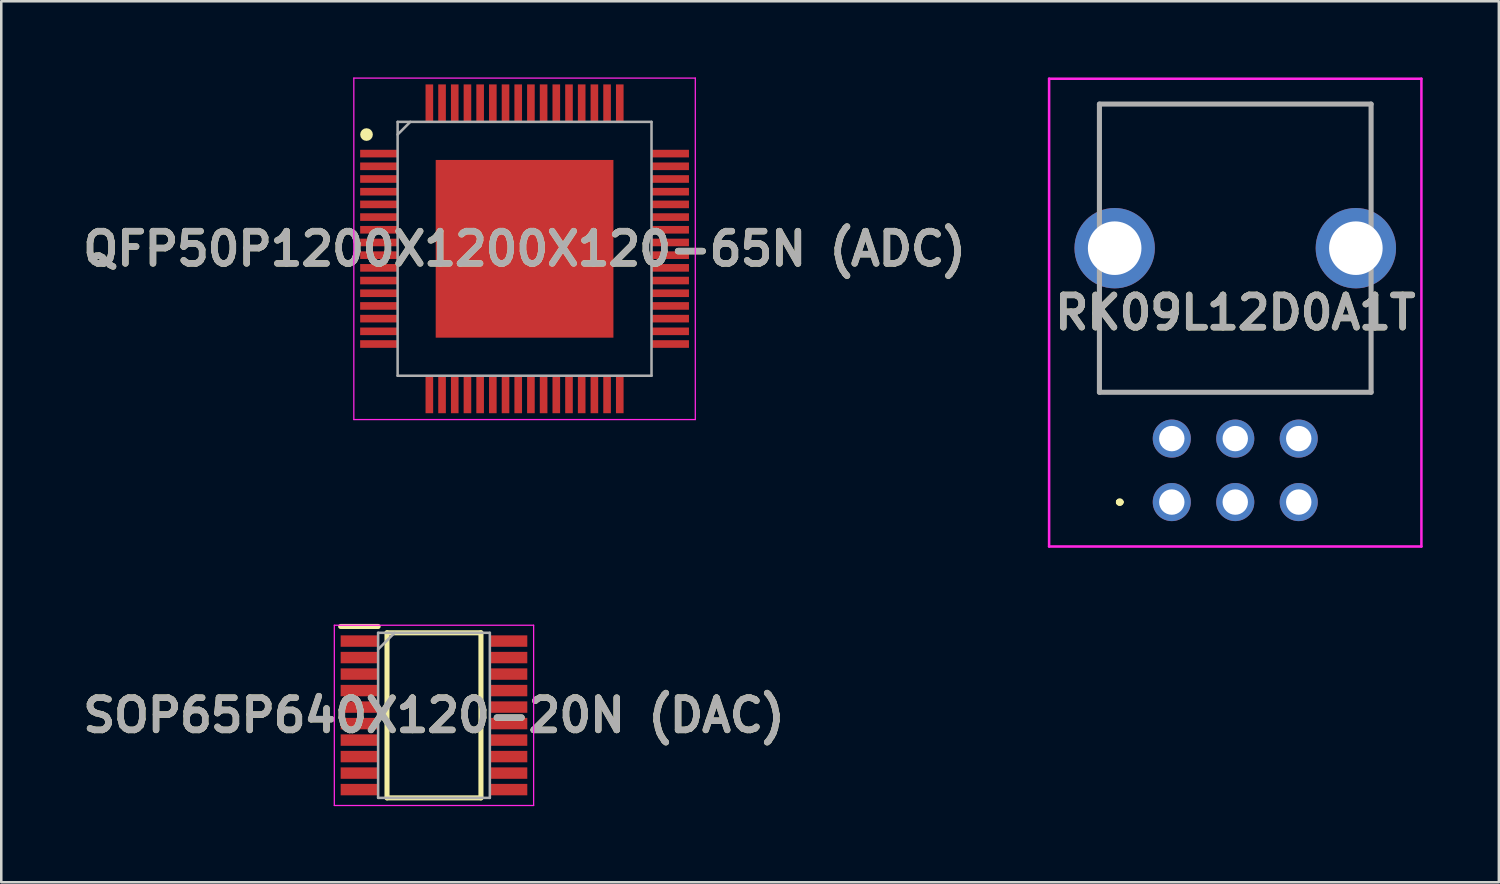
<source format=kicad_pcb>
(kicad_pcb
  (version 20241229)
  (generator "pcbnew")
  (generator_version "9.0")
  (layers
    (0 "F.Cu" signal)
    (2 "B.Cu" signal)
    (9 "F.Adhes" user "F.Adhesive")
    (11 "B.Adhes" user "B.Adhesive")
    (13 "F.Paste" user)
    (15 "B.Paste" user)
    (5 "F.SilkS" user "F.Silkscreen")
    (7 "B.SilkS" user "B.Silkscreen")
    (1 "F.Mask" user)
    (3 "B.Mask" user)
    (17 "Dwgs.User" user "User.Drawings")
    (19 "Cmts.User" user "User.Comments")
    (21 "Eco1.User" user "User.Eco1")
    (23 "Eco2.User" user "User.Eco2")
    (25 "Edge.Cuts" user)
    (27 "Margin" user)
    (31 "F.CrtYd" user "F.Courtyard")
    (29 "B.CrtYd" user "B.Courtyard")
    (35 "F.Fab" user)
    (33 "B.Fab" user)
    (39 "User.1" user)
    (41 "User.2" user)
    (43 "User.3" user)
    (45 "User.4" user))
  (footprint "QFP50P1200X1200X120-65N (ADC)"
    (layer "F.Cu")
    (at 17.611 6.75)
    (property "Reference" "QFP50P1200X1200X120-65N (ADC)" (at 0 0 0) (layer "F.SilkS") (effects (font (size 1.27 1.27) (thickness 0.254))))
    (attr smd)
    (fp_circle (center -6.225 -4.5) (end -6.225 -4.375) (stroke (width 0.25) (type solid)) (fill no) (layer "F.SilkS"))
    (fp_line (start -6.725 -6.725) (end 6.725 -6.725) (stroke (width 0.05) (type solid)) (layer "F.CrtYd"))
    (fp_line (start -6.725 6.725) (end -6.725 -6.725) (stroke (width 0.05) (type solid)) (layer "F.CrtYd"))
    (fp_line (start 6.725 -6.725) (end 6.725 6.725) (stroke (width 0.05) (type solid)) (layer "F.CrtYd"))
    (fp_line (start 6.725 6.725) (end -6.725 6.725) (stroke (width 0.05) (type solid)) (layer "F.CrtYd"))
    (fp_line (start -5 -5) (end 5 -5) (stroke (width 0.1) (type solid)) (layer "F.Fab"))
    (fp_line (start -5 -4.5) (end -4.5 -5) (stroke (width 0.1) (type solid)) (layer "F.Fab"))
    (fp_line (start -5 5) (end -5 -5) (stroke (width 0.1) (type solid)) (layer "F.Fab"))
    (fp_line (start 5 -5) (end 5 5) (stroke (width 0.1) (type solid)) (layer "F.Fab"))
    (fp_line (start 5 5) (end -5 5) (stroke (width 0.1) (type solid)) (layer "F.Fab"))
    (fp_text user "${REFERENCE}" (at 0 0 0) (layer "F.Fab") (effects (font (size 1.27 1.27) (thickness 0.254))))
    (pad "1" smd rect (at -5.738 -3.75 90) (size 0.3 1.475) (layers "F.Cu" "F.Mask" "F.Paste"))
    (pad "2" smd rect (at -5.738 -3.25 90) (size 0.3 1.475) (layers "F.Cu" "F.Mask" "F.Paste"))
    (pad "3" smd rect (at -5.738 -2.75 90) (size 0.3 1.475) (layers "F.Cu" "F.Mask" "F.Paste"))
    (pad "4" smd rect (at -5.738 -2.25 90) (size 0.3 1.475) (layers "F.Cu" "F.Mask" "F.Paste"))
    (pad "5" smd rect (at -5.738 -1.75 90) (size 0.3 1.475) (layers "F.Cu" "F.Mask" "F.Paste"))
    (pad "6" smd rect (at -5.738 -1.25 90) (size 0.3 1.475) (layers "F.Cu" "F.Mask" "F.Paste"))
    (pad "7" smd rect (at -5.738 -0.75 90) (size 0.3 1.475) (layers "F.Cu" "F.Mask" "F.Paste"))
    (pad "8" smd rect (at -5.738 -0.25 90) (size 0.3 1.475) (layers "F.Cu" "F.Mask" "F.Paste"))
    (pad "9" smd rect (at -5.738 0.25 90) (size 0.3 1.475) (layers "F.Cu" "F.Mask" "F.Paste"))
    (pad "10" smd rect (at -5.738 0.75 90) (size 0.3 1.475) (layers "F.Cu" "F.Mask" "F.Paste"))
    (pad "11" smd rect (at -5.738 1.25 90) (size 0.3 1.475) (layers "F.Cu" "F.Mask" "F.Paste"))
    (pad "12" smd rect (at -5.738 1.75 90) (size 0.3 1.475) (layers "F.Cu" "F.Mask" "F.Paste"))
    (pad "13" smd rect (at -5.738 2.25 90) (size 0.3 1.475) (layers "F.Cu" "F.Mask" "F.Paste"))
    (pad "14" smd rect (at -5.738 2.75 90) (size 0.3 1.475) (layers "F.Cu" "F.Mask" "F.Paste"))
    (pad "15" smd rect (at -5.738 3.25 90) (size 0.3 1.475) (layers "F.Cu" "F.Mask" "F.Paste"))
    (pad "16" smd rect (at -5.738 3.75 90) (size 0.3 1.475) (layers "F.Cu" "F.Mask" "F.Paste"))
    (pad "17" smd rect (at -3.75 5.738) (size 0.3 1.475) (layers "F.Cu" "F.Mask" "F.Paste"))
    (pad "18" smd rect (at -3.25 5.738) (size 0.3 1.475) (layers "F.Cu" "F.Mask" "F.Paste"))
    (pad "19" smd rect (at -2.75 5.738) (size 0.3 1.475) (layers "F.Cu" "F.Mask" "F.Paste"))
    (pad "20" smd rect (at -2.25 5.738) (size 0.3 1.475) (layers "F.Cu" "F.Mask" "F.Paste"))
    (pad "21" smd rect (at -1.75 5.738) (size 0.3 1.475) (layers "F.Cu" "F.Mask" "F.Paste"))
    (pad "22" smd rect (at -1.25 5.738) (size 0.3 1.475) (layers "F.Cu" "F.Mask" "F.Paste"))
    (pad "23" smd rect (at -0.75 5.738) (size 0.3 1.475) (layers "F.Cu" "F.Mask" "F.Paste"))
    (pad "24" smd rect (at -0.25 5.738) (size 0.3 1.475) (layers "F.Cu" "F.Mask" "F.Paste"))
    (pad "25" smd rect (at 0.25 5.738) (size 0.3 1.475) (layers "F.Cu" "F.Mask" "F.Paste"))
    (pad "26" smd rect (at 0.75 5.738) (size 0.3 1.475) (layers "F.Cu" "F.Mask" "F.Paste"))
    (pad "27" smd rect (at 1.25 5.738) (size 0.3 1.475) (layers "F.Cu" "F.Mask" "F.Paste"))
    (pad "28" smd rect (at 1.75 5.738) (size 0.3 1.475) (layers "F.Cu" "F.Mask" "F.Paste"))
    (pad "29" smd rect (at 2.25 5.738) (size 0.3 1.475) (layers "F.Cu" "F.Mask" "F.Paste"))
    (pad "30" smd rect (at 2.75 5.738) (size 0.3 1.475) (layers "F.Cu" "F.Mask" "F.Paste"))
    (pad "31" smd rect (at 3.25 5.738) (size 0.3 1.475) (layers "F.Cu" "F.Mask" "F.Paste"))
    (pad "32" smd rect (at 3.75 5.738) (size 0.3 1.475) (layers "F.Cu" "F.Mask" "F.Paste"))
    (pad "33" smd rect (at 5.738 3.75 90) (size 0.3 1.475) (layers "F.Cu" "F.Mask" "F.Paste"))
    (pad "34" smd rect (at 5.738 3.25 90) (size 0.3 1.475) (layers "F.Cu" "F.Mask" "F.Paste"))
    (pad "35" smd rect (at 5.738 2.75 90) (size 0.3 1.475) (layers "F.Cu" "F.Mask" "F.Paste"))
    (pad "36" smd rect (at 5.738 2.25 90) (size 0.3 1.475) (layers "F.Cu" "F.Mask" "F.Paste"))
    (pad "37" smd rect (at 5.738 1.75 90) (size 0.3 1.475) (layers "F.Cu" "F.Mask" "F.Paste"))
    (pad "38" smd rect (at 5.738 1.25 90) (size 0.3 1.475) (layers "F.Cu" "F.Mask" "F.Paste"))
    (pad "39" smd rect (at 5.738 0.75 90) (size 0.3 1.475) (layers "F.Cu" "F.Mask" "F.Paste"))
    (pad "40" smd rect (at 5.738 0.25 90) (size 0.3 1.475) (layers "F.Cu" "F.Mask" "F.Paste"))
    (pad "41" smd rect (at 5.738 -0.25 90) (size 0.3 1.475) (layers "F.Cu" "F.Mask" "F.Paste"))
    (pad "42" smd rect (at 5.738 -0.75 90) (size 0.3 1.475) (layers "F.Cu" "F.Mask" "F.Paste"))
    (pad "43" smd rect (at 5.738 -1.25 90) (size 0.3 1.475) (layers "F.Cu" "F.Mask" "F.Paste"))
    (pad "44" smd rect (at 5.738 -1.75 90) (size 0.3 1.475) (layers "F.Cu" "F.Mask" "F.Paste"))
    (pad "45" smd rect (at 5.738 -2.25 90) (size 0.3 1.475) (layers "F.Cu" "F.Mask" "F.Paste"))
    (pad "46" smd rect (at 5.738 -2.75 90) (size 0.3 1.475) (layers "F.Cu" "F.Mask" "F.Paste"))
    (pad "47" smd rect (at 5.738 -3.25 90) (size 0.3 1.475) (layers "F.Cu" "F.Mask" "F.Paste"))
    (pad "48" smd rect (at 5.738 -3.75 90) (size 0.3 1.475) (layers "F.Cu" "F.Mask" "F.Paste"))
    (pad "49" smd rect (at 3.75 -5.738) (size 0.3 1.475) (layers "F.Cu" "F.Mask" "F.Paste"))
    (pad "50" smd rect (at 3.25 -5.738) (size 0.3 1.475) (layers "F.Cu" "F.Mask" "F.Paste"))
    (pad "51" smd rect (at 2.75 -5.738) (size 0.3 1.475) (layers "F.Cu" "F.Mask" "F.Paste"))
    (pad "52" smd rect (at 2.25 -5.738) (size 0.3 1.475) (layers "F.Cu" "F.Mask" "F.Paste"))
    (pad "53" smd rect (at 1.75 -5.738) (size 0.3 1.475) (layers "F.Cu" "F.Mask" "F.Paste"))
    (pad "54" smd rect (at 1.25 -5.738) (size 0.3 1.475) (layers "F.Cu" "F.Mask" "F.Paste"))
    (pad "55" smd rect (at 0.75 -5.738) (size 0.3 1.475) (layers "F.Cu" "F.Mask" "F.Paste"))
    (pad "56" smd rect (at 0.25 -5.738) (size 0.3 1.475) (layers "F.Cu" "F.Mask" "F.Paste"))
    (pad "57" smd rect (at -0.25 -5.738) (size 0.3 1.475) (layers "F.Cu" "F.Mask" "F.Paste"))
    (pad "58" smd rect (at -0.75 -5.738) (size 0.3 1.475) (layers "F.Cu" "F.Mask" "F.Paste"))
    (pad "59" smd rect (at -1.25 -5.738) (size 0.3 1.475) (layers "F.Cu" "F.Mask" "F.Paste"))
    (pad "60" smd rect (at -1.75 -5.738) (size 0.3 1.475) (layers "F.Cu" "F.Mask" "F.Paste"))
    (pad "61" smd rect (at -2.25 -5.738) (size 0.3 1.475) (layers "F.Cu" "F.Mask" "F.Paste"))
    (pad "62" smd rect (at -2.75 -5.738) (size 0.3 1.475) (layers "F.Cu" "F.Mask" "F.Paste"))
    (pad "63" smd rect (at -3.25 -5.738) (size 0.3 1.475) (layers "F.Cu" "F.Mask" "F.Paste"))
    (pad "64" smd rect (at -3.75 -5.738) (size 0.3 1.475) (layers "F.Cu" "F.Mask" "F.Paste"))
    (pad "65" smd rect (at 0 0) (size 7 7) (layers "F.Cu" "F.Mask" "F.Paste")))
  (footprint "RK09L12D0A1T"
    (layer "F.Cu")
    (at 43.103 16.725)
    (property "Reference" "RK09L12D0A1T" (at 2.5 -7.463 0) (layer "F.SilkS") (effects (font (size 1.27 1.27) (thickness 0.254))))
    (attr through_hole)
    (fp_line (start -2.85 -15.675) (end -2.85 -15.675) (stroke (width 0.1) (type solid)) (layer "F.SilkS"))
    (fp_line (start -2.85 -15.675) (end -2.85 -15.675) (stroke (width 0.1) (type solid)) (layer "F.SilkS"))
    (fp_line (start -2.85 -15.675) (end -2.85 -12) (stroke (width 0.1) (type solid)) (layer "F.SilkS"))
    (fp_line (start -2.85 -15.675) (end 7.85 -15.675) (stroke (width 0.1) (type solid)) (layer "F.SilkS"))
    (fp_line (start -2.85 -12) (end -2.85 -15.675) (stroke (width 0.1) (type solid)) (layer "F.SilkS"))
    (fp_line (start -2.85 -12) (end -2.85 -12) (stroke (width 0.1) (type solid)) (layer "F.SilkS"))
    (fp_line (start -2.85 -7.75) (end -2.85 -7.75) (stroke (width 0.1) (type solid)) (layer "F.SilkS"))
    (fp_line (start -2.85 -7.75) (end -2.85 -4.325) (stroke (width 0.1) (type solid)) (layer "F.SilkS"))
    (fp_line (start -2.85 -4.325) (end -2.85 -7.75) (stroke (width 0.1) (type solid)) (layer "F.SilkS"))
    (fp_line (start -2.85 -4.325) (end -2.85 -4.325) (stroke (width 0.1) (type solid)) (layer "F.SilkS"))
    (fp_line (start -2.85 -4.325) (end -2.85 -4.325) (stroke (width 0.1) (type solid)) (layer "F.SilkS"))
    (fp_line (start -2.85 -4.325) (end 7.85 -4.325) (stroke (width 0.1) (type solid)) (layer "F.SilkS"))
    (fp_line (start -2.1 0) (end -2.1 0) (stroke (width 0.2) (type solid)) (layer "F.SilkS"))
    (fp_line (start -2.1 0) (end -2.1 0) (stroke (width 0.2) (type solid)) (layer "F.SilkS"))
    (fp_line (start -2 0) (end -2 0) (stroke (width 0.2) (type solid)) (layer "F.SilkS"))
    (fp_line (start 7.85 -15.675) (end -2.85 -15.675) (stroke (width 0.1) (type solid)) (layer "F.SilkS"))
    (fp_line (start 7.85 -15.675) (end 7.85 -15.675) (stroke (width 0.1) (type solid)) (layer "F.SilkS"))
    (fp_line (start 7.85 -15.675) (end 7.85 -15.675) (stroke (width 0.1) (type solid)) (layer "F.SilkS"))
    (fp_line (start 7.85 -15.675) (end 7.85 -12.25) (stroke (width 0.1) (type solid)) (layer "F.SilkS"))
    (fp_line (start 7.85 -12.25) (end 7.85 -15.675) (stroke (width 0.1) (type solid)) (layer "F.SilkS"))
    (fp_line (start 7.85 -12.25) (end 7.85 -12.25) (stroke (width 0.1) (type solid)) (layer "F.SilkS"))
    (fp_line (start 7.85 -7.75) (end 7.85 -7.75) (stroke (width 0.1) (type solid)) (layer "F.SilkS"))
    (fp_line (start 7.85 -7.75) (end 7.85 -4.325) (stroke (width 0.1) (type solid)) (layer "F.SilkS"))
    (fp_line (start 7.85 -4.325) (end -2.85 -4.325) (stroke (width 0.1) (type solid)) (layer "F.SilkS"))
    (fp_line (start 7.85 -4.325) (end 7.85 -7.75) (stroke (width 0.1) (type solid)) (layer "F.SilkS"))
    (fp_line (start 7.85 -4.325) (end 7.85 -4.325) (stroke (width 0.1) (type solid)) (layer "F.SilkS"))
    (fp_line (start 7.85 -4.325) (end 7.85 -4.325) (stroke (width 0.1) (type solid)) (layer "F.SilkS"))
    (fp_arc (start -2.1 0) (mid -2.05 -0.05) (end -2 0) (stroke (width 0.2) (type solid)) (layer "F.SilkS"))
    (fp_arc (start -2 0) (mid -2.05 0.05) (end -2.1 0) (stroke (width 0.2) (type solid)) (layer "F.SilkS"))
    (fp_arc (start -2 0) (mid -2.05 0.05) (end -2.1 0) (stroke (width 0.2) (type solid)) (layer "F.SilkS"))
    (fp_line (start -4.832 -16.675) (end 9.832 -16.675) (stroke (width 0.1) (type solid)) (layer "F.CrtYd"))
    (fp_line (start -4.832 1.75) (end -4.832 -16.675) (stroke (width 0.1) (type solid)) (layer "F.CrtYd"))
    (fp_line (start 9.832 -16.675) (end 9.832 1.75) (stroke (width 0.1) (type solid)) (layer "F.CrtYd"))
    (fp_line (start 9.832 1.75) (end -4.832 1.75) (stroke (width 0.1) (type solid)) (layer "F.CrtYd"))
    (fp_line (start -2.85 -15.675) (end -2.85 -4.325) (stroke (width 0.2) (type solid)) (layer "F.Fab"))
    (fp_line (start -2.85 -4.325) (end 7.85 -4.325) (stroke (width 0.2) (type solid)) (layer "F.Fab"))
    (fp_line (start 7.85 -15.675) (end -2.85 -15.675) (stroke (width 0.2) (type solid)) (layer "F.Fab"))
    (fp_line (start 7.85 -4.325) (end 7.85 -15.675) (stroke (width 0.2) (type solid)) (layer "F.Fab"))
    (fp_text user "${REFERENCE}" (at 2.5 -7.463 0) (layer "F.Fab") (effects (font (size 1.27 1.27) (thickness 0.254))))
    (pad "MH1" thru_hole circle (at -2.25 -10) (size 3.165 3.165) (drill 2.11) (layers "*.Cu" "*.Mask"))
    (pad "MH2" thru_hole circle (at 7.25 -10) (size 3.165 3.165) (drill 2.11) (layers "*.Cu" "*.Mask"))
    (pad "R11" thru_hole circle (at 0 0) (size 1.5 1.5) (drill 1) (layers "*.Cu" "*.Mask"))
    (pad "R12" thru_hole circle (at 2.5 0) (size 1.5 1.5) (drill 1) (layers "*.Cu" "*.Mask"))
    (pad "R13" thru_hole circle (at 5 0) (size 1.5 1.5) (drill 1) (layers "*.Cu" "*.Mask"))
    (pad "R21" thru_hole circle (at 0 -2.5) (size 1.5 1.5) (drill 1) (layers "*.Cu" "*.Mask"))
    (pad "R22" thru_hole circle (at 2.5 -2.5) (size 1.5 1.5) (drill 1) (layers "*.Cu" "*.Mask"))
    (pad "R23" thru_hole circle (at 5 -2.5) (size 1.5 1.5) (drill 1) (layers "*.Cu" "*.Mask")))
  (footprint "SOP65P640X120-20N (DAC)"
    (layer "F.Cu")
    (at 14.043 25.125)
    (property "Reference" "SOP65P640X120-20N (DAC)" (at 0 0 0) (layer "F.SilkS") (effects (font (size 1.27 1.27) (thickness 0.254))))
    (attr smd)
    (fp_line (start -3.675 -3.5) (end -2.2 -3.5) (stroke (width 0.2) (type solid)) (layer "F.SilkS"))
    (fp_line (start -1.85 -3.25) (end 1.85 -3.25) (stroke (width 0.2) (type solid)) (layer "F.SilkS"))
    (fp_line (start -1.85 3.25) (end -1.85 -3.25) (stroke (width 0.2) (type solid)) (layer "F.SilkS"))
    (fp_line (start 1.85 -3.25) (end 1.85 3.25) (stroke (width 0.2) (type solid)) (layer "F.SilkS"))
    (fp_line (start 1.85 3.25) (end -1.85 3.25) (stroke (width 0.2) (type solid)) (layer "F.SilkS"))
    (fp_line (start -3.925 -3.55) (end 3.925 -3.55) (stroke (width 0.05) (type solid)) (layer "F.CrtYd"))
    (fp_line (start -3.925 3.55) (end -3.925 -3.55) (stroke (width 0.05) (type solid)) (layer "F.CrtYd"))
    (fp_line (start 3.925 -3.55) (end 3.925 3.55) (stroke (width 0.05) (type solid)) (layer "F.CrtYd"))
    (fp_line (start 3.925 3.55) (end -3.925 3.55) (stroke (width 0.05) (type solid)) (layer "F.CrtYd"))
    (fp_line (start -2.2 -3.25) (end 2.2 -3.25) (stroke (width 0.1) (type solid)) (layer "F.Fab"))
    (fp_line (start -2.2 -2.6) (end -1.55 -3.25) (stroke (width 0.1) (type solid)) (layer "F.Fab"))
    (fp_line (start -2.2 3.25) (end -2.2 -3.25) (stroke (width 0.1) (type solid)) (layer "F.Fab"))
    (fp_line (start 2.2 -3.25) (end 2.2 3.25) (stroke (width 0.1) (type solid)) (layer "F.Fab"))
    (fp_line (start 2.2 3.25) (end -2.2 3.25) (stroke (width 0.1) (type solid)) (layer "F.Fab"))
    (fp_text user "${REFERENCE}" (at 0 0 0) (layer "F.Fab") (effects (font (size 1.27 1.27) (thickness 0.254))))
    (pad "1" smd rect (at -2.938 -2.925 90) (size 0.45 1.475) (layers "F.Cu" "F.Mask" "F.Paste"))
    (pad "2" smd rect (at -2.938 -2.275 90) (size 0.45 1.475) (layers "F.Cu" "F.Mask" "F.Paste"))
    (pad "3" smd rect (at -2.938 -1.625 90) (size 0.45 1.475) (layers "F.Cu" "F.Mask" "F.Paste"))
    (pad "4" smd rect (at -2.938 -0.975 90) (size 0.45 1.475) (layers "F.Cu" "F.Mask" "F.Paste"))
    (pad "5" smd rect (at -2.938 -0.325 90) (size 0.45 1.475) (layers "F.Cu" "F.Mask" "F.Paste"))
    (pad "6" smd rect (at -2.938 0.325 90) (size 0.45 1.475) (layers "F.Cu" "F.Mask" "F.Paste"))
    (pad "7" smd rect (at -2.938 0.975 90) (size 0.45 1.475) (layers "F.Cu" "F.Mask" "F.Paste"))
    (pad "8" smd rect (at -2.938 1.625 90) (size 0.45 1.475) (layers "F.Cu" "F.Mask" "F.Paste"))
    (pad "9" smd rect (at -2.938 2.275 90) (size 0.45 1.475) (layers "F.Cu" "F.Mask" "F.Paste"))
    (pad "10" smd rect (at -2.938 2.925 90) (size 0.45 1.475) (layers "F.Cu" "F.Mask" "F.Paste"))
    (pad "11" smd rect (at 2.938 2.925 90) (size 0.45 1.475) (layers "F.Cu" "F.Mask" "F.Paste"))
    (pad "12" smd rect (at 2.938 2.275 90) (size 0.45 1.475) (layers "F.Cu" "F.Mask" "F.Paste"))
    (pad "13" smd rect (at 2.938 1.625 90) (size 0.45 1.475) (layers "F.Cu" "F.Mask" "F.Paste"))
    (pad "14" smd rect (at 2.938 0.975 90) (size 0.45 1.475) (layers "F.Cu" "F.Mask" "F.Paste"))
    (pad "15" smd rect (at 2.938 0.325 90) (size 0.45 1.475) (layers "F.Cu" "F.Mask" "F.Paste"))
    (pad "16" smd rect (at 2.938 -0.325 90) (size 0.45 1.475) (layers "F.Cu" "F.Mask" "F.Paste"))
    (pad "17" smd rect (at 2.938 -0.975 90) (size 0.45 1.475) (layers "F.Cu" "F.Mask" "F.Paste"))
    (pad "18" smd rect (at 2.938 -1.625 90) (size 0.45 1.475) (layers "F.Cu" "F.Mask" "F.Paste"))
    (pad "19" smd rect (at 2.938 -2.275 90) (size 0.45 1.475) (layers "F.Cu" "F.Mask" "F.Paste"))
    (pad "20" smd rect (at 2.938 -2.925 90) (size 0.45 1.475) (layers "F.Cu" "F.Mask" "F.Paste")))
  (gr_rect
    (start -3 -3)
    (end 55.985 31.7)
    (stroke (width 0.1) (type default))
    (fill no)
    (layer "Edge.Cuts")))
</source>
